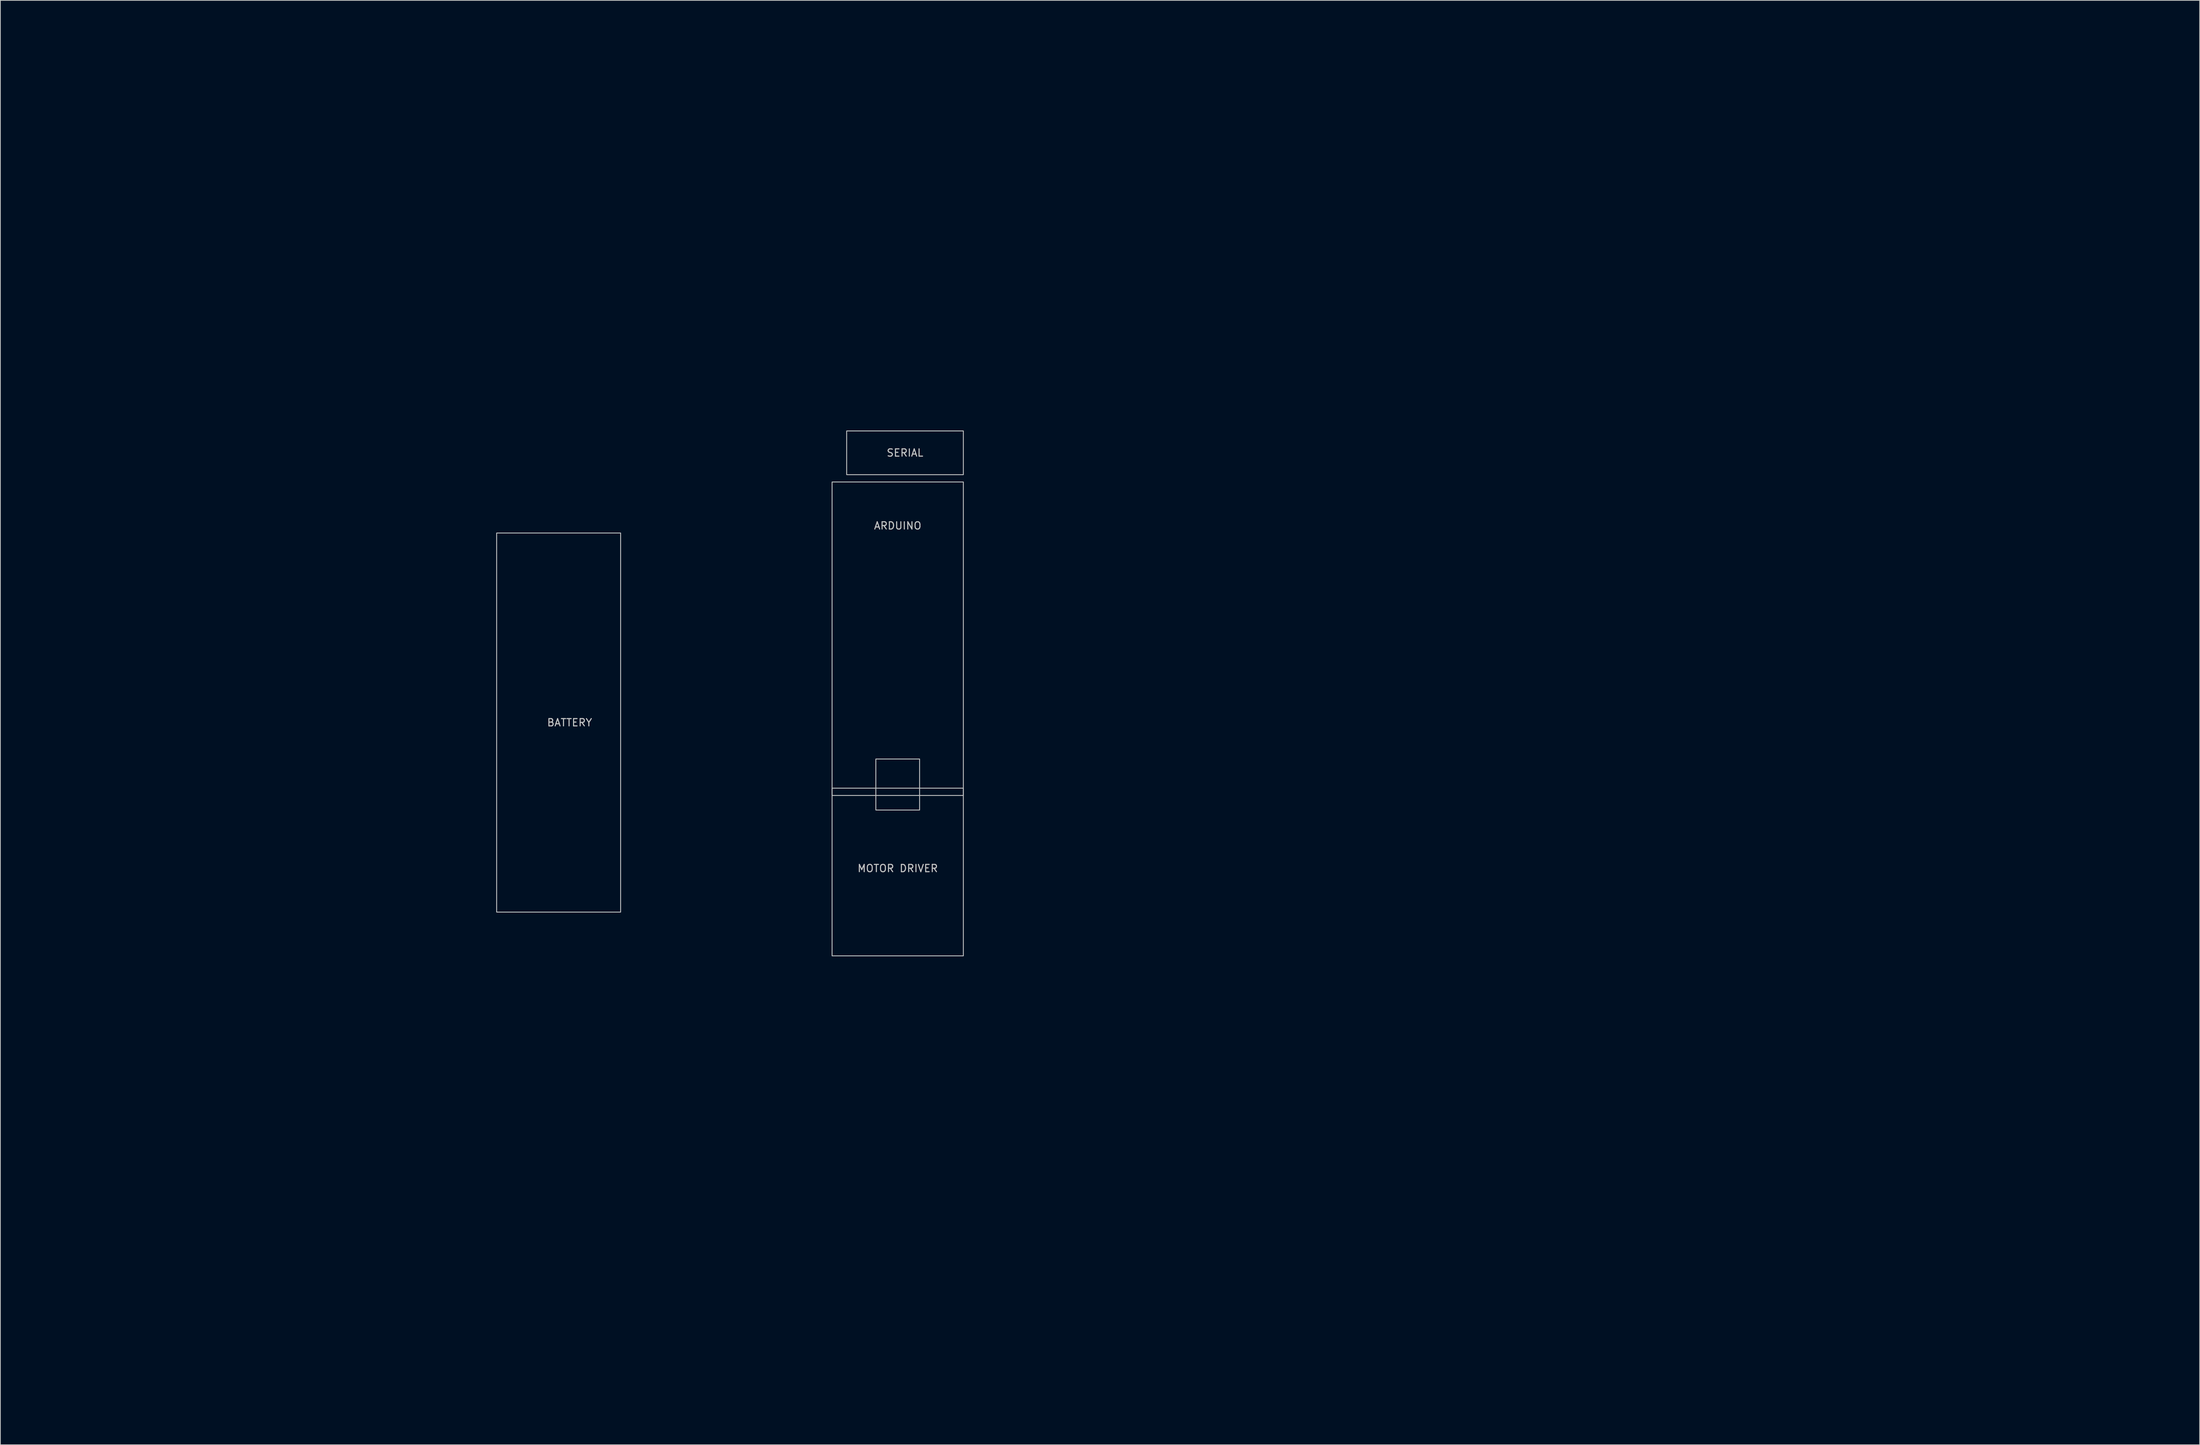
<source format=kicad_pcb>
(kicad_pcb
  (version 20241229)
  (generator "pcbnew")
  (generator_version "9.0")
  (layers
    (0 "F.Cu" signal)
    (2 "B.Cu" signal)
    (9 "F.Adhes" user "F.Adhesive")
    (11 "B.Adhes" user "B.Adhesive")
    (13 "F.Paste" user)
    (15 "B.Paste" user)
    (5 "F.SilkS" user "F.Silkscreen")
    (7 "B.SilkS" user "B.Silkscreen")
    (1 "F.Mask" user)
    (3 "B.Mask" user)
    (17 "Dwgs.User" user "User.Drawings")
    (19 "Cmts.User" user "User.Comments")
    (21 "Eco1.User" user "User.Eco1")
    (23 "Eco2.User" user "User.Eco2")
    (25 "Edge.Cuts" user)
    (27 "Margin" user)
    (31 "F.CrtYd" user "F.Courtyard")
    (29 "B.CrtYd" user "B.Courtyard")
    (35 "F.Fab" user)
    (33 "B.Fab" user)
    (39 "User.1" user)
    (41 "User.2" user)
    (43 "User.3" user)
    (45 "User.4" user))
  (footprint "mainboard_with_maze"
    (layer "F.Cu")
    (at 96.06 96.06)
    (property "Reference" "mainboard_with_maze" (at 7.5 -1.5 0) (unlocked yes) (layer "User.1") (effects (font (size 1 1) (thickness 0.15))))
    (fp_rect (start -31 -26) (end -14 26) (stroke (width 0.12) (type solid)) (fill no) (layer "Dwgs.User"))
    (fp_rect (start 17 -40) (end 33 -34) (stroke (width 0.12) (type solid)) (fill no) (layer "Dwgs.User"))
    (fp_rect (start 21 5) (end 27 12) (stroke (width 0.12) (type solid)) (fill no) (layer "Dwgs.User"))
    (fp_rect (start 33 -33) (end 15 10) (stroke (width 0.12) (type solid)) (fill no) (layer "Dwgs.User"))
    (fp_rect (start 33 32) (end 15 9) (stroke (width 0.12) (type solid)) (fill no) (layer "Dwgs.User"))
    (fp_line (start -36.83 -38.1) (end -34.29 -40.64) (stroke (width 0.12) (type solid)) (layer "User.1"))
    (fp_line (start -36.83 38.1) (end -36.83 -38.1) (stroke (width 0.12) (type solid)) (layer "User.1"))
    (fp_line (start -36.5 -5) (end -34.5 -5) (stroke (width 0.12) (type solid)) (layer "User.1"))
    (fp_line (start -36.5 -4.5) (end -35.5 -4.5) (stroke (width 0.12) (type solid)) (layer "User.1"))
    (fp_line (start -36.5 -4) (end -35.5 -4) (stroke (width 0.12) (type solid)) (layer "User.1"))
    (fp_line (start -36.5 -3) (end -35.5 -3) (stroke (width 0.12) (type solid)) (layer "User.1"))
    (fp_line (start -36.5 -2.5) (end -35 -2.5) (stroke (width 0.12) (type solid)) (layer "User.1"))
    (fp_line (start -36.5 -2) (end -35.5 -2) (stroke (width 0.12) (type solid)) (layer "User.1"))
    (fp_line (start -36.5 -1.5) (end -35.5 -1.5) (stroke (width 0.12) (type solid)) (layer "User.1"))
    (fp_line (start -36.5 -1) (end -35.5 -1) (stroke (width 0.12) (type solid)) (layer "User.1"))
    (fp_line (start -36.5 -0.5) (end -35.5 -0.5) (stroke (width 0.12) (type solid)) (layer "User.1"))
    (fp_line (start -36.5 0) (end -34.5 0) (stroke (width 0.12) (type solid)) (layer "User.1"))
    (fp_line (start -36.5 0.5) (end -35.5 0.5) (stroke (width 0.12) (type solid)) (layer "User.1"))
    (fp_line (start -36.5 1) (end -35.5 1) (stroke (width 0.12) (type solid)) (layer "User.1"))
    (fp_line (start -36.5 1.5) (end -35.5 1.5) (stroke (width 0.12) (type solid)) (layer "User.1"))
    (fp_line (start -36.5 2) (end -35.5 2) (stroke (width 0.12) (type solid)) (layer "User.1"))
    (fp_line (start -36.5 2.5) (end -35 2.5) (stroke (width 0.12) (type solid)) (layer "User.1"))
    (fp_line (start -36.5 3) (end -35.5 3) (stroke (width 0.12) (type solid)) (layer "User.1"))
    (fp_line (start -36.5 3.5) (end -35.5 3.5) (stroke (width 0.12) (type solid)) (layer "User.1"))
    (fp_line (start -36.5 4) (end -35.5 4) (stroke (width 0.12) (type solid)) (layer "User.1"))
    (fp_line (start -36.5 4.5) (end -35.5 4.5) (stroke (width 0.12) (type solid)) (layer "User.1"))
    (fp_line (start -36.5 5) (end -34.5 5) (stroke (width 0.12) (type solid)) (layer "User.1"))
    (fp_line (start -35.5 -3.5) (end -36.5 -3.5) (stroke (width 0.12) (type solid)) (layer "User.1"))
    (fp_line (start -34.29 -40.64) (end -16.51 -40.64) (stroke (width 0.12) (type solid)) (layer "User.1"))
    (fp_line (start -34.29 40.64) (end -36.83 38.1) (stroke (width 0.12) (type solid)) (layer "User.1"))
    (fp_line (start -16.51 -40.64) (end -16.51 -31.75) (stroke (width 0.12) (type solid)) (layer "User.1"))
    (fp_line (start -16.51 -31.75) (end 16.51 -31.75) (stroke (width 0.12) (type solid)) (layer "User.1"))
    (fp_line (start -16.51 31.75) (end -16.51 40.64) (stroke (width 0.12) (type solid)) (layer "User.1"))
    (fp_line (start -16.51 40.64) (end -34.29 40.64) (stroke (width 0.12) (type solid)) (layer "User.1"))
    (fp_line (start -12.7 -17.78) (end -12.7 -2.54) (stroke (width 0.12) (type solid)) (layer "User.1"))
    (fp_line (start -12.7 -2.54) (end -10.16 -2.54) (stroke (width 0.12) (type solid)) (layer "User.1"))
    (fp_line (start -12.7 2.54) (end -12.7 17.78) (stroke (width 0.12) (type solid)) (layer "User.1"))
    (fp_line (start -12.7 17.78) (end -10.16 17.78) (stroke (width 0.12) (type solid)) (layer "User.1"))
    (fp_line (start -10.16 -17.78) (end -12.7 -17.78) (stroke (width 0.12) (type solid)) (layer "User.1"))
    (fp_line (start -10.16 -2.54) (end -10.16 -17.78) (stroke (width 0.12) (type solid)) (layer "User.1"))
    (fp_line (start -10.16 2.54) (end -12.7 2.54) (stroke (width 0.12) (type solid)) (layer "User.1"))
    (fp_line (start -10.16 17.78) (end -10.16 2.54) (stroke (width 0.12) (type solid)) (layer "User.1"))
    (fp_line (start -9 -31.5) (end 9 -31.5) (stroke (width 0.12) (type solid)) (layer "User.1"))
    (fp_line (start -9 -23) (end -7.5 -23) (stroke (width 0.12) (type solid)) (layer "User.1"))
    (fp_line (start -9 23) (end -7.5 23) (stroke (width 0.12) (type solid)) (layer "User.1"))
    (fp_line (start -7.5 -20) (end -7.5 -31.5) (stroke (width 0.12) (type solid)) (layer "User.1"))
    (fp_line (start -7.5 20) (end 7.5 20) (stroke (width 0.12) (type solid)) (layer "User.1"))
    (fp_line (start -7.5 31.5) (end -7.5 20) (stroke (width 0.12) (type solid)) (layer "User.1"))
    (fp_line (start -6 -20) (end -6 -7.25) (stroke (width 0.12) (type solid)) (layer "User.1"))
    (fp_line (start -6 -7.25) (end 6 -7.25) (stroke (width 0.12) (type solid)) (layer "User.1"))
    (fp_line (start -6 7.25) (end -6 20) (stroke (width 0.12) (type solid)) (layer "User.1"))
    (fp_line (start -2.5 -7.25) (end -2.5 -5.75) (stroke (width 0.12) (type solid)) (layer "User.1"))
    (fp_line (start -2.5 -5.75) (end 2.5 -5.75) (stroke (width 0.12) (type solid)) (layer "User.1"))
    (fp_line (start -2.5 5.75) (end -2.5 7.25) (stroke (width 0.12) (type solid)) (layer "User.1"))
    (fp_line (start -1.5 -40.75) (end 1.5 -40.75) (stroke (width 0.12) (type solid)) (layer "User.1"))
    (fp_line (start -1.5 -32.25) (end -1.5 -40.75) (stroke (width 0.12) (type solid)) (layer "User.1"))
    (fp_line (start -1.5 40.75) (end -1.5 32.25) (stroke (width 0.12) (type solid)) (layer "User.1"))
    (fp_line (start -0.75 0) (end 0.75 0) (stroke (width 0.12) (type solid)) (layer "User.1"))
    (fp_line (start -0.5 -5.75) (end -0.5 -1.25) (stroke (width 0.12) (type solid)) (layer "User.1"))
    (fp_line (start -0.5 -1.25) (end 0.5 -1.25) (stroke (width 0.12) (type solid)) (layer "User.1"))
    (fp_line (start -0.5 1.25) (end -0.5 5.75) (stroke (width 0.12) (type solid)) (layer "User.1"))
    (fp_line (start 0 -0.75) (end 0 0.75) (stroke (width 0.12) (type solid)) (layer "User.1"))
    (fp_line (start 0.5 -1.25) (end 0.5 -5.75) (stroke (width 0.12) (type solid)) (layer "User.1"))
    (fp_line (start 0.5 1.25) (end -0.5 1.25) (stroke (width 0.12) (type solid)) (layer "User.1"))
    (fp_line (start 0.5 5.75) (end 0.5 1.25) (stroke (width 0.12) (type solid)) (layer "User.1"))
    (fp_line (start 1.5 -40.75) (end 1.5 -32.25) (stroke (width 0.12) (type solid)) (layer "User.1"))
    (fp_line (start 1.5 32.25) (end 1.5 40.75) (stroke (width 0.12) (type solid)) (layer "User.1"))
    (fp_line (start 1.5 40.75) (end -1.5 40.75) (stroke (width 0.12) (type solid)) (layer "User.1"))
    (fp_line (start 2.5 -5.75) (end 2.5 -7.25) (stroke (width 0.12) (type solid)) (layer "User.1"))
    (fp_line (start 2.5 5.75) (end -2.5 5.75) (stroke (width 0.12) (type solid)) (layer "User.1"))
    (fp_line (start 2.5 7.25) (end 2.5 5.75) (stroke (width 0.12) (type solid)) (layer "User.1"))
    (fp_line (start 6 -7.25) (end 6 -20) (stroke (width 0.12) (type solid)) (layer "User.1"))
    (fp_line (start 6 7.25) (end -6 7.25) (stroke (width 0.12) (type solid)) (layer "User.1"))
    (fp_line (start 6 20) (end 6 7.25) (stroke (width 0.12) (type solid)) (layer "User.1"))
    (fp_line (start 7.5 -31.5) (end 7.5 -20) (stroke (width 0.12) (type solid)) (layer "User.1"))
    (fp_line (start 7.5 -20) (end -7.5 -20) (stroke (width 0.12) (type solid)) (layer "User.1"))
    (fp_line (start 7.5 20) (end 7.5 31.5) (stroke (width 0.12) (type solid)) (layer "User.1"))
    (fp_line (start 9 -23) (end 7.5 -23) (stroke (width 0.12) (type solid)) (layer "User.1"))
    (fp_line (start 9 23) (end 7.5 23) (stroke (width 0.12) (type solid)) (layer "User.1"))
    (fp_line (start 9 31.5) (end -9 31.5) (stroke (width 0.12) (type solid)) (layer "User.1"))
    (fp_line (start 16.51 -40.64) (end 49.53 -40.64) (stroke (width 0.12) (type solid)) (layer "User.1"))
    (fp_line (start 16.51 -31.75) (end 16.51 -40.64) (stroke (width 0.12) (type solid)) (layer "User.1"))
    (fp_line (start 16.51 31.75) (end -16.51 31.75) (stroke (width 0.12) (type solid)) (layer "User.1"))
    (fp_line (start 16.51 40.64) (end 16.51 31.75) (stroke (width 0.12) (type solid)) (layer "User.1"))
    (fp_line (start 35.56 -17.78) (end 35.56 17.78) (stroke (width 0.12) (type solid)) (layer "User.1"))
    (fp_line (start 35.56 17.78) (end 38.1 17.78) (stroke (width 0.12) (type solid)) (layer "User.1"))
    (fp_line (start 38.1 -17.78) (end 35.56 -17.78) (stroke (width 0.12) (type solid)) (layer "User.1"))
    (fp_line (start 38.1 17.78) (end 38.1 -17.78) (stroke (width 0.12) (type solid)) (layer "User.1"))
    (fp_line (start 49.53 -40.64) (end 62.23 -27.94) (stroke (width 0.12) (type solid)) (layer "User.1"))
    (fp_line (start 49.53 40.64) (end 16.51 40.64) (stroke (width 0.12) (type solid)) (layer "User.1"))
    (fp_line (start 61 3.5) (end 62 3.5) (stroke (width 0.12) (type solid)) (layer "User.1"))
    (fp_line (start 62 -5) (end 60 -5) (stroke (width 0.12) (type solid)) (layer "User.1"))
    (fp_line (start 62 -4.5) (end 61 -4.5) (stroke (width 0.12) (type solid)) (layer "User.1"))
    (fp_line (start 62 -4) (end 61 -4) (stroke (width 0.12) (type solid)) (layer "User.1"))
    (fp_line (start 62 -3.5) (end 61 -3.5) (stroke (width 0.12) (type solid)) (layer "User.1"))
    (fp_line (start 62 -3) (end 61 -3) (stroke (width 0.12) (type solid)) (layer "User.1"))
    (fp_line (start 62 -2.5) (end 60.5 -2.5) (stroke (width 0.12) (type solid)) (layer "User.1"))
    (fp_line (start 62 -2) (end 61 -2) (stroke (width 0.12) (type solid)) (layer "User.1"))
    (fp_line (start 62 -1.5) (end 61 -1.5) (stroke (width 0.12) (type solid)) (layer "User.1"))
    (fp_line (start 62 -1) (end 61 -1) (stroke (width 0.12) (type solid)) (layer "User.1"))
    (fp_line (start 62 -0.5) (end 61 -0.5) (stroke (width 0.12) (type solid)) (layer "User.1"))
    (fp_line (start 62 0) (end 60 0) (stroke (width 0.12) (type solid)) (layer "User.1"))
    (fp_line (start 62 0.5) (end 61 0.5) (stroke (width 0.12) (type solid)) (layer "User.1"))
    (fp_line (start 62 1) (end 61 1) (stroke (width 0.12) (type solid)) (layer "User.1"))
    (fp_line (start 62 1.5) (end 61 1.5) (stroke (width 0.12) (type solid)) (layer "User.1"))
    (fp_line (start 62 2) (end 61 2) (stroke (width 0.12) (type solid)) (layer "User.1"))
    (fp_line (start 62 2.5) (end 60.5 2.5) (stroke (width 0.12) (type solid)) (layer "User.1"))
    (fp_line (start 62 3) (end 61 3) (stroke (width 0.12) (type solid)) (layer "User.1"))
    (fp_line (start 62 4) (end 61 4) (stroke (width 0.12) (type solid)) (layer "User.1"))
    (fp_line (start 62 4.5) (end 61 4.5) (stroke (width 0.12) (type solid)) (layer "User.1"))
    (fp_line (start 62 5) (end 60 5) (stroke (width 0.12) (type solid)) (layer "User.1"))
    (fp_line (start 62.23 -27.94) (end 62.23 27.94) (stroke (width 0.12) (type solid)) (layer "User.1"))
    (fp_line (start 62.23 27.94) (end 49.53 40.64) (stroke (width 0.12) (type solid)) (layer "User.1"))
    (fp_arc (start -9 -23) (mid -13.25 -27.25) (end -9 -31.5) (stroke (width 0.12) (type solid)) (layer "User.1"))
    (fp_arc (start -9 31.5) (mid -13.25 27.25) (end -9 23) (stroke (width 0.12) (type solid)) (layer "User.1"))
    (fp_arc (start 9 -31.5) (mid 13.25 -27.25) (end 9 -23) (stroke (width 0.12) (type solid)) (layer "User.1"))
    (fp_arc (start 9 23) (mid 13.25 27.25) (end 9 31.5) (stroke (width 0.12) (type solid)) (layer "User.1"))
    (fp_circle (center -29.21 0) (end -27.711 0) (stroke (width 0.12) (type solid)) (fill no) (layer "User.1"))
    (fp_circle (center -11.43 -16.51) (end -11.176 -16.256) (stroke (width 0.12) (type solid)) (fill no) (layer "User.1"))
    (fp_circle (center -11.43 -13.97) (end -11.176 -13.716) (stroke (width 0.12) (type solid)) (fill no) (layer "User.1"))
    (fp_circle (center -11.43 -11.43) (end -11.176 -11.176) (stroke (width 0.12) (type solid)) (fill no) (layer "User.1"))
    (fp_circle (center -11.43 -8.89) (end -11.176 -8.636) (stroke (width 0.12) (type solid)) (fill no) (layer "User.1"))
    (fp_circle (center -11.43 -6.35) (end -11.176 -6.096) (stroke (width 0.12) (type solid)) (fill no) (layer "User.1"))
    (fp_circle (center -11.43 -4.064) (end -11.176 -3.81) (stroke (width 0.12) (type solid)) (fill no) (layer "User.1"))
    (fp_circle (center -11.43 3.81) (end -11.176 4.064) (stroke (width 0.12) (type solid)) (fill no) (layer "User.1"))
    (fp_circle (center -11.43 6.35) (end -11.176 6.604) (stroke (width 0.12) (type solid)) (fill no) (layer "User.1"))
    (fp_circle (center -11.43 8.89) (end -11.176 9.144) (stroke (width 0.12) (type solid)) (fill no) (layer "User.1"))
    (fp_circle (center -11.43 11.43) (end -11.176 11.684) (stroke (width 0.12) (type solid)) (fill no) (layer "User.1"))
    (fp_circle (center -11.43 13.716) (end -11.176 13.97) (stroke (width 0.12) (type solid)) (fill no) (layer "User.1"))
    (fp_circle (center -11.43 16.51) (end -11.176 16.764) (stroke (width 0.12) (type solid)) (fill no) (layer "User.1"))
    (fp_circle (center -9 -27.25) (end -7.501 -27.25) (stroke (width 0.12) (type solid)) (fill no) (layer "User.1"))
    (fp_circle (center -9 -27.25) (end -7.5 -27.25) (stroke (width 0.12) (type solid)) (fill no) (layer "User.1"))
    (fp_circle (center -9 27.25) (end -9 28.75) (stroke (width 0.12) (type solid)) (fill no) (layer "User.1"))
    (fp_circle (center -9 27.25) (end -7.501 27.25) (stroke (width 0.12) (type solid)) (fill no) (layer "User.1"))
    (fp_circle (center 9 -27.25) (end 10.499 -27.25) (stroke (width 0.12) (type solid)) (fill no) (layer "User.1"))
    (fp_circle (center 9 -27.25) (end 10.5 -27.25) (stroke (width 0.12) (type solid)) (fill no) (layer "User.1"))
    (fp_circle (center 9 27.25) (end 9 28.75) (stroke (width 0.12) (type solid)) (fill no) (layer "User.1"))
    (fp_circle (center 9 27.25) (end 10.499 27.25) (stroke (width 0.12) (type solid)) (fill no) (layer "User.1"))
    (fp_circle (center 36.813 -16.511) (end 37.067 -16.257) (stroke (width 0.12) (type solid)) (fill no) (layer "User.1"))
    (fp_circle (center 36.813 -11.434) (end 37.067 -11.18) (stroke (width 0.12) (type solid)) (fill no) (layer "User.1"))
    (fp_circle (center 36.813 -8.906) (end 37.067 -8.652) (stroke (width 0.12) (type solid)) (fill no) (layer "User.1"))
    (fp_circle (center 36.813 -6.356) (end 37.067 -6.102) (stroke (width 0.12) (type solid)) (fill no) (layer "User.1"))
    (fp_circle (center 36.823 -3.826) (end 37.077 -3.572) (stroke (width 0.12) (type solid)) (fill no) (layer "User.1"))
    (fp_circle (center 36.828 3.795) (end 37.082 4.049) (stroke (width 0.12) (type solid)) (fill no) (layer "User.1"))
    (fp_circle (center 36.828 6.337) (end 37.082 6.591) (stroke (width 0.12) (type solid)) (fill no) (layer "User.1"))
    (fp_circle (center 36.828 8.879) (end 37.082 9.133) (stroke (width 0.12) (type solid)) (fill no) (layer "User.1"))
    (fp_circle (center 36.828 11.42) (end 37.082 11.674) (stroke (width 0.12) (type solid)) (fill no) (layer "User.1"))
    (fp_circle (center 36.828 13.962) (end 37.082 14.216) (stroke (width 0.12) (type solid)) (fill no) (layer "User.1"))
    (fp_circle (center 36.828 16.504) (end 37.082 16.758) (stroke (width 0.12) (type solid)) (fill no) (layer "User.1"))
    (fp_circle (center 36.83 -13.97) (end 37.084 -13.716) (stroke (width 0.12) (type solid)) (fill no) (layer "User.1"))
    (fp_circle (center 36.83 -1.27) (end 37.084 -1.016) (stroke (width 0.12) (type solid)) (fill no) (layer "User.1"))
    (fp_circle (center 36.83 1.27) (end 37.084 1.524) (stroke (width 0.12) (type solid)) (fill no) (layer "User.1"))
    (fp_circle (center 39.366 24.123) (end 40.865 24.123) (stroke (width 0.12) (type solid)) (fill no) (layer "User.1"))
    (fp_circle (center 39.37 -24.13) (end 40.869 -24.13) (stroke (width 0.12) (type solid)) (fill no) (layer "User.1"))
    (fp_circle (center 49.53 -24.13) (end 51.029 -24.13) (stroke (width 0.12) (type solid)) (fill no) (layer "User.1"))
    (fp_circle (center 49.53 24.13) (end 51.029 24.13) (stroke (width 0.12) (type solid)) (fill no) (layer "User.1"))
    (fp_circle (center 57.15 0) (end 58.649 0) (stroke (width 0.12) (type solid)) (fill no) (layer "User.1"))
    (fp_line (start -96 -84) (end -96 84) (stroke (width 0.12) (type solid)) (layer "User.2"))
    (fp_line (start -84 -96) (end 84 -96) (stroke (width 0.12) (type solid)) (layer "User.2"))
    (fp_line (start -84 -84) (end -84 84) (stroke (width 0.12) (type solid)) (layer "User.2"))
    (fp_line (start -84 -84) (end 84 -84) (stroke (width 0.12) (type solid)) (layer "User.2"))
    (fp_line (start -84 96) (end 84 96) (stroke (width 0.12) (type solid)) (layer "User.2"))
    (fp_line (start -8 0) (end 8 0) (stroke (width 0.12) (type solid)) (layer "User.2"))
    (fp_line (start 0 -8) (end 0 8) (stroke (width 0.12) (type solid)) (layer "User.2"))
    (fp_line (start 84 -84) (end 84 84) (stroke (width 0.12) (type solid)) (layer "User.2"))
    (fp_line (start 84 84) (end -84 84) (stroke (width 0.12) (type solid)) (layer "User.2"))
    (fp_line (start 96 -84) (end 96 84) (stroke (width 0.12) (type solid)) (layer "User.2"))
    (fp_rect (start -96 -96) (end -84 -84) (stroke (width 0.12) (type solid)) (fill no) (layer "User.2"))
    (fp_rect (start -96 84) (end -84 96) (stroke (width 0.12) (type solid)) (fill no) (layer "User.2"))
    (fp_rect (start 84 -96) (end 96 -84) (stroke (width 0.12) (type solid)) (fill no) (layer "User.2"))
    (fp_rect (start 84 84) (end 96 96) (stroke (width 0.12) (type solid)) (fill no) (layer "User.2"))
    (fp_line (start -7 0) (end 7 0) (stroke (width 0.12) (type solid)) (layer "User.3"))
    (fp_line (start 0 -7) (end 0 7) (stroke (width 0.12) (type solid)) (layer "User.3"))
    (fp_line (start 63.6 -72.1) (end 72.1 -63.6) (stroke (width 0.12) (type solid)) (layer "User.3"))
    (fp_poly (pts (xy 55.215 -63.585) (xy 63.7 -72.071) (xy 72.185 -63.585) (xy 63.7 -55.1)) (stroke (width 0.12) (type solid)) (fill no) (layer "User.3"))
    (fp_poly (pts (xy 55.215 63.715) (xy 63.7 55.229) (xy 72.185 63.715) (xy 63.7 72.2)) (stroke (width 0.12) (type solid)) (fill no) (layer "User.3"))
    (fp_poly (pts (xy 182.415 -63.685) (xy 190.9 -72.171) (xy 199.385 -63.685) (xy 190.9 -55.2)) (stroke (width 0.12) (type solid)) (fill no) (layer "User.3"))
    (fp_poly (pts (xy 182.515 63.615) (xy 191 55.129) (xy 199.485 63.615) (xy 191 72.1)) (stroke (width 0.12) (type solid)) (fill no) (layer "User.3"))
    (fp_text user "MOTOR DRIVER" (at 24 20 0) (unlocked yes) (layer "Dwgs.User") (effects (font (size 1 1) (thickness 0.15))))
    (fp_text user "SERIAL" (at 25 -37 0) (unlocked yes) (layer "Dwgs.User") (effects (font (size 1 1) (thickness 0.15))))
    (fp_text user "BATTERY" (at -21 0 0) (unlocked yes) (layer "Dwgs.User") (effects (font (size 1 1) (thickness 0.15))))
    (fp_text user "ARDUINO" (at 24 -27 0) (unlocked yes) (layer "Dwgs.User") (effects (font (size 1 1) (thickness 0.15)))))
  (gr_rect
    (start -3 -3)
    (end 298.605 195.12)
    (stroke (width 0.1) (type default))
    (fill no)
    (layer "Edge.Cuts")))
</source>
